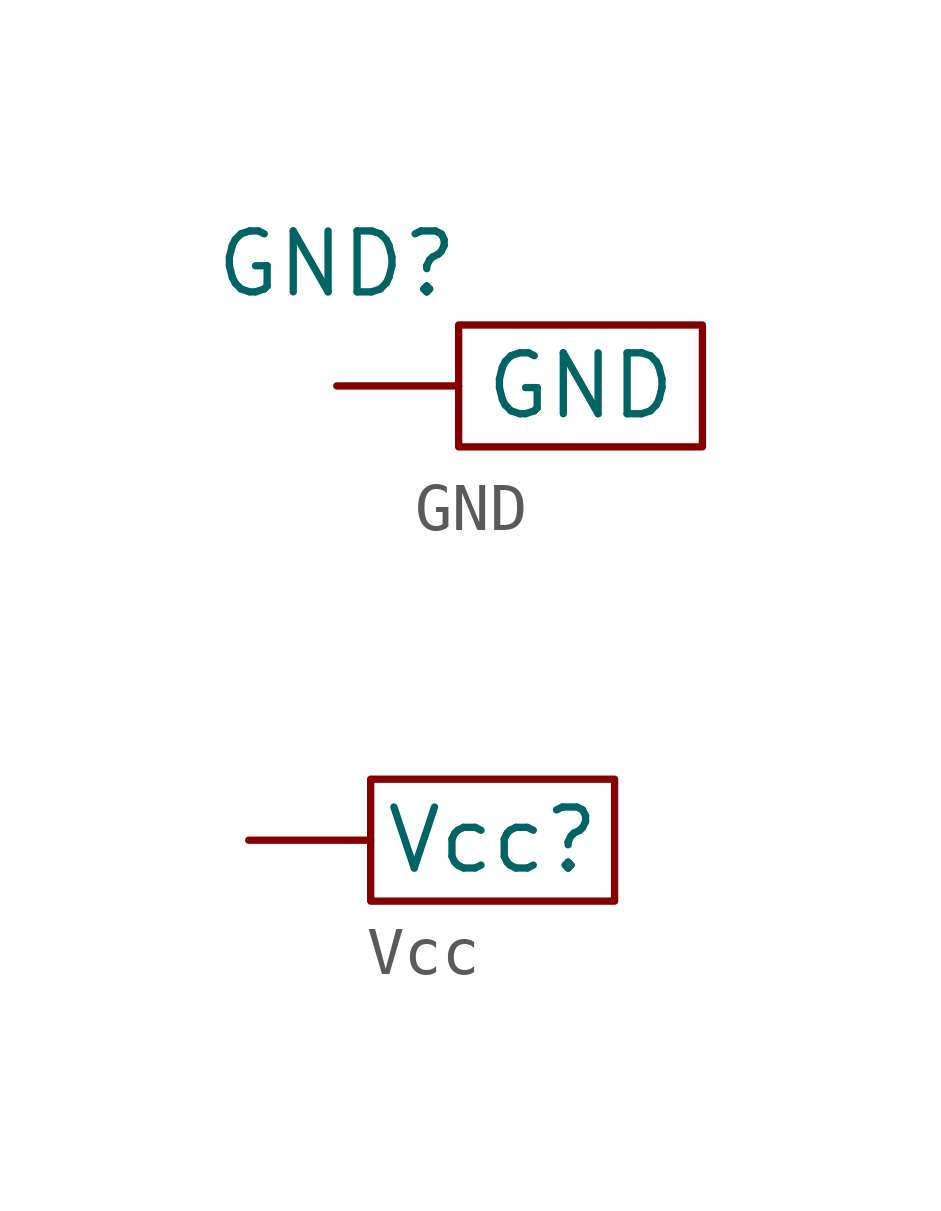
<source format=kicad_sym>
(kicad_symbol_lib
  (version 20231120)
  (generator "kicad_symbol_editor")
  (generator_version "8.0")
  (symbol "GND"
    (property "Reference" "GND"
      (at 0 2.54 0)
      (effects (font (size 1.27 1.27))))
    (property "Value" ""
      (at 0 0 0)
      (effects (font (size 1.27 1.27))))
    (symbol "GND_0_1"
      (rectangle (start 2.54 1.27) (end 7.62 -1.27) (stroke (width 0) (type default)) (fill (type none))))
    (symbol "GND_1_1"
      (pin passive line (at 0 0 0) (length 2.54) (name "GND" (effects (font (size 1.27 1.27)))) (number "" (effects (font (size 1.27 1.27)))))))
  (symbol "Vcc"
    (property "Reference" "Vcc"
      (at 5.08 0 0)
      (effects (font (size 1.27 1.27))))
    (property "Value" ""
      (at 0 0 0)
      (effects (font (size 1.27 1.27))))
    (symbol "Vcc_0_1"
      (rectangle (start 2.54 1.27) (end 7.62 -1.27) (stroke (width 0) (type default)) (fill (type none))))
    (symbol "Vcc_1_1"
      (pin passive line (at 0 0 0) (length 2.54) (name "" (effects (font (size 1.27 1.27)))) (number "" (effects (font (size 1.27 1.27))))))))
</source>
